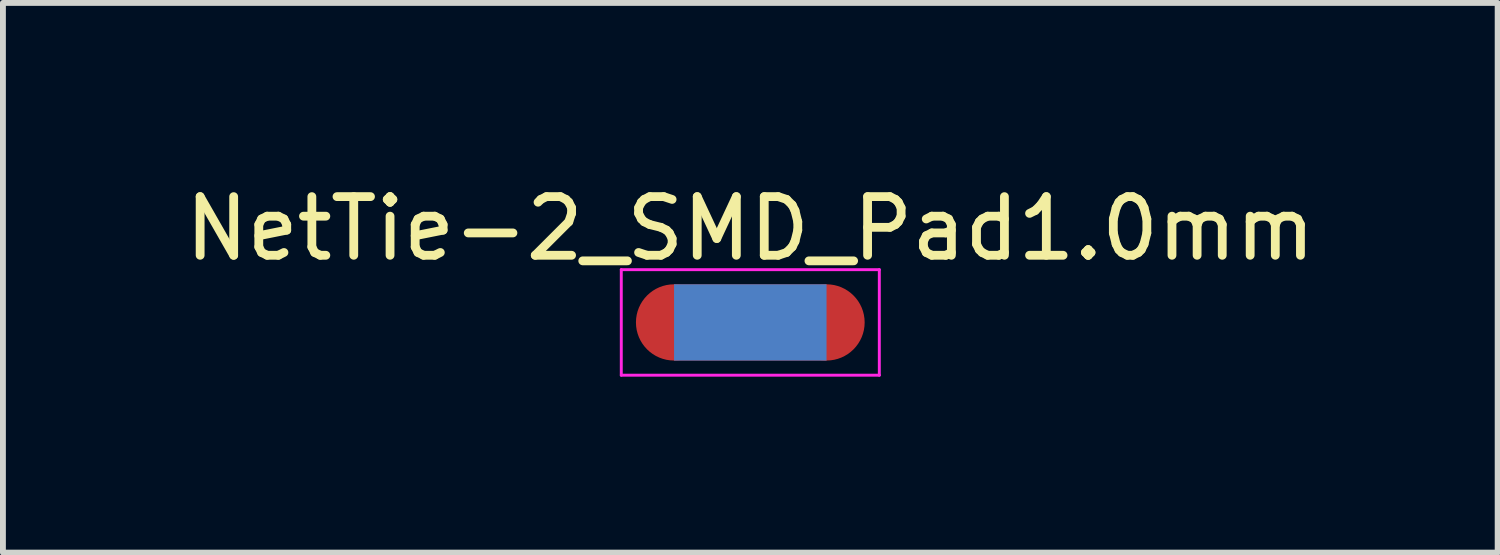
<source format=kicad_pcb>
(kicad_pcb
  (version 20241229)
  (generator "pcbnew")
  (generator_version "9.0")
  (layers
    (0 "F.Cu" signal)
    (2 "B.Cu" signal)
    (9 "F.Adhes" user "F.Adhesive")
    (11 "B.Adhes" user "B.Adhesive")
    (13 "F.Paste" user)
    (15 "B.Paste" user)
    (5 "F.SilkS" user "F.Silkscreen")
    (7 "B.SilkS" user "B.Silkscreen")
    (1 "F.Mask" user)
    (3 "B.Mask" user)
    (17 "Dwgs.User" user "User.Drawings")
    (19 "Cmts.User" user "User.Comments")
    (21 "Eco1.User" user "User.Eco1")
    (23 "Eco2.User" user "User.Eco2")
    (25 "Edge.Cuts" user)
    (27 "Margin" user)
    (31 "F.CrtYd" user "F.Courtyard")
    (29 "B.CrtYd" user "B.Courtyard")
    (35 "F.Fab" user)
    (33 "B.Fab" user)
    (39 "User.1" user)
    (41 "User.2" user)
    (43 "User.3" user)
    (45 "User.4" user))
  (footprint "NetTie-2_SMD_Pad1.0mm"
    (layer "F.Cu")
    (at 8.444 2.448)
    (property "Reference" "NetTie-2_SMD_Pad1.0mm" (at 1.3 -1.6 0) (layer "F.SilkS") (effects (font (size 1 1) (thickness 0.15))))
    (attr exclude_from_pos_files exclude_from_bom)
    (fp_poly (pts (xy 0 -0.65) (xy 2.6 -0.65) (xy 2.6 0.65) (xy 0 0.65)) (stroke (width 0) (type solid)) (fill yes) (layer "F.Cu"))
    (fp_poly (pts (xy 0 -0.65) (xy 2.6 -0.65) (xy 2.6 0.65) (xy 0 0.65)) (stroke (width 0) (type solid)) (fill yes) (layer "B.Cu"))
    (fp_line (start -0.9 -0.9) (end 3.5 -0.9) (stroke (width 0.05) (type solid)) (layer "F.CrtYd"))
    (fp_line (start -0.9 0.9) (end -0.9 -0.9) (stroke (width 0.05) (type solid)) (layer "F.CrtYd"))
    (fp_line (start 3.5 -0.9) (end 3.5 0.9) (stroke (width 0.05) (type solid)) (layer "F.CrtYd"))
    (fp_line (start 3.5 0.9) (end -0.9 0.9) (stroke (width 0.05) (type solid)) (layer "F.CrtYd"))
    (pad "1" smd circle (at 0 0) (size 1.3 1.3) (layers "F.Cu" "F.Mask" "F.Paste"))
    (pad "2" smd circle (at 2.6 0) (size 1.3 1.3) (layers "F.Cu" "F.Mask" "F.Paste")))
  (gr_rect
    (start -3 -3)
    (end 22.488 6.373)
    (stroke (width 0.1) (type default))
    (fill no)
    (layer "Edge.Cuts")))
</source>
